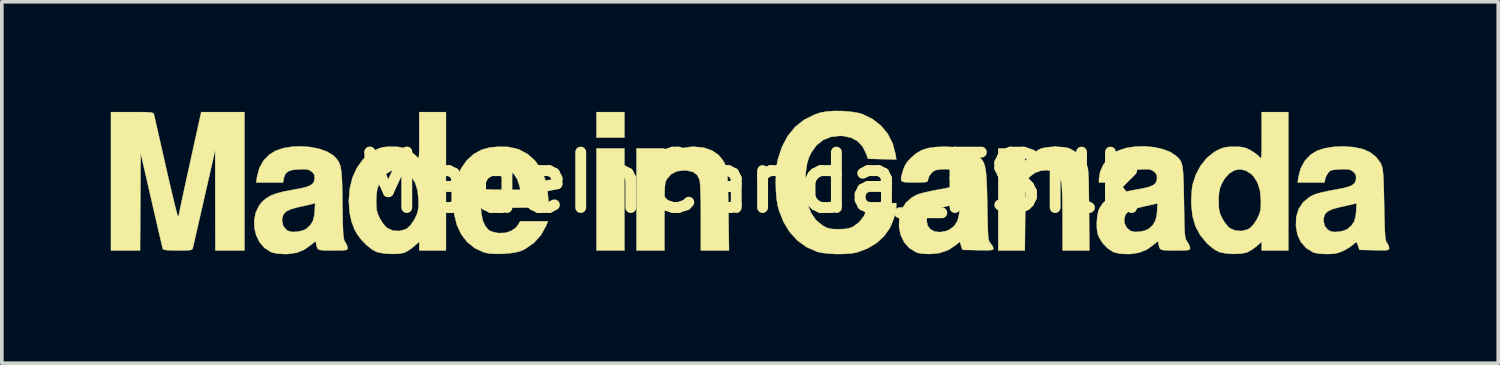
<source format=kicad_pcb>
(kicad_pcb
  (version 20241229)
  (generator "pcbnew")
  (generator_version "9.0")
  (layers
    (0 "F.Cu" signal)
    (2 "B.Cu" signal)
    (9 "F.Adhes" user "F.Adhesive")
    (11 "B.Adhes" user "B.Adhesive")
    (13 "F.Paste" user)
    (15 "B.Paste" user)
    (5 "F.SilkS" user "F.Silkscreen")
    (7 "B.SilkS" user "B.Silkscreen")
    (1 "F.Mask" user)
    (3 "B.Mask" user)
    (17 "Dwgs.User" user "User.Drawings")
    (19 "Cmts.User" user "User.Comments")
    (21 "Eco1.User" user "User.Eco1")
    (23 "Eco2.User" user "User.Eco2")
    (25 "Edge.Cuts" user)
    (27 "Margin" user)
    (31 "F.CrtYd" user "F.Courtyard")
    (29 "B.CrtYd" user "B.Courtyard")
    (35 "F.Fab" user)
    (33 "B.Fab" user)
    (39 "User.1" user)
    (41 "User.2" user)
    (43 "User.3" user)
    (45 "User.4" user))
  (footprint "MadeInCanda_FSilk"
    (layer "F.Cu")
    (at 17.584 1.974)
    (property "Reference" "MadeInCanda_FSilk" (at 0 0 0) (layer "F.SilkS") (effects (font (size 1.524 1.524) (thickness 0.3))))
    (attr through_hole)
    (fp_poly (pts (xy -3.442 -1.237) (xy -4.211 -1.237) (xy -4.211 -1.938) (xy -3.442 -1.938) (xy -3.442 -1.237)) (stroke (width 0.01) (type solid)) (fill yes) (layer "F.SilkS"))
    (fp_poly (pts (xy -3.442 1.872) (xy -4.211 1.872) (xy -4.211 -0.936) (xy -3.442 -0.936) (xy -3.442 1.872)) (stroke (width 0.01) (type solid)) (fill yes) (layer "F.SilkS"))
    (fp_poly (pts (xy -1.255 -0.957) (xy -1.029 -0.88) (xy -0.845 -0.753) (xy -0.707 -0.579) (xy -0.63 -0.405) (xy -0.618 -0.332) (xy -0.607 -0.196) (xy -0.597 -0.001) (xy -0.588 0.248) (xy -0.581 0.549) (xy -0.577 0.794) (xy -0.562 1.872) (xy -1.337 1.872) (xy -1.337 0.961) (xy -1.338 0.687) (xy -1.342 0.441) (xy -1.348 0.233) (xy -1.356 0.07) (xy -1.366 -0.039) (xy -1.373 -0.077) (xy -1.439 -0.206) (xy -1.554 -0.29) (xy -1.72 -0.33) (xy -1.805 -0.334) (xy -1.999 -0.308) (xy -2.154 -0.229) (xy -2.271 -0.095) (xy -2.273 -0.092) (xy -2.292 -0.056) (xy -2.308 -0.015) (xy -2.319 0.04) (xy -2.328 0.117) (xy -2.333 0.224) (xy -2.337 0.37) (xy -2.339 0.562) (xy -2.339 0.808) (xy -2.339 0.944) (xy -2.339 1.872) (xy -3.108 1.872) (xy -3.108 -0.936) (xy -2.339 -0.936) (xy -2.339 -0.622) (xy -2.231 -0.727) (xy -2.049 -0.864) (xy -1.84 -0.948) (xy -1.592 -0.983) (xy -1.521 -0.984) (xy -1.255 -0.957)) (stroke (width 0.01) (type solid)) (fill yes) (layer "F.SilkS"))
    (fp_poly (pts (xy 8.638 -0.972) (xy 8.777 -0.948) (xy 8.802 -0.94) (xy 8.951 -0.862) (xy 9.099 -0.74) (xy 9.223 -0.594) (xy 9.268 -0.52) (xy 9.288 -0.481) (xy 9.304 -0.44) (xy 9.317 -0.389) (xy 9.326 -0.32) (xy 9.334 -0.227) (xy 9.339 -0.103) (xy 9.343 0.062) (xy 9.346 0.274) (xy 9.349 0.54) (xy 9.351 0.744) (xy 9.361 1.872) (xy 8.623 1.872) (xy 8.622 0.994) (xy 8.62 0.751) (xy 8.617 0.523) (xy 8.612 0.322) (xy 8.605 0.156) (xy 8.597 0.039) (xy 8.59 -0.017) (xy 8.532 -0.151) (xy 8.457 -0.242) (xy 8.33 -0.314) (xy 8.176 -0.34) (xy 8.013 -0.321) (xy 7.858 -0.262) (xy 7.728 -0.167) (xy 7.667 -0.089) (xy 7.648 -0.052) (xy 7.633 -0.008) (xy 7.621 0.053) (xy 7.613 0.137) (xy 7.606 0.255) (xy 7.601 0.413) (xy 7.597 0.62) (xy 7.594 0.884) (xy 7.593 0.944) (xy 7.583 1.872) (xy 6.851 1.872) (xy 6.851 -0.936) (xy 7.587 -0.936) (xy 7.587 -0.593) (xy 7.739 -0.734) (xy 7.844 -0.82) (xy 7.953 -0.895) (xy 8.015 -0.928) (xy 8.133 -0.96) (xy 8.292 -0.978) (xy 8.468 -0.983) (xy 8.638 -0.972)) (stroke (width 0.01) (type solid)) (fill yes) (layer "F.SilkS"))
    (fp_poly (pts (xy -16.785 -1.938) (xy -16.631 -1.936) (xy -16.525 -1.931) (xy -16.458 -1.922) (xy -16.42 -1.909) (xy -16.402 -1.891) (xy -16.398 -1.88) (xy -16.387 -1.836) (xy -16.363 -1.733) (xy -16.328 -1.58) (xy -16.283 -1.383) (xy -16.23 -1.149) (xy -16.17 -0.885) (xy -16.105 -0.598) (xy -16.07 -0.443) (xy -16.003 -0.15) (xy -15.94 0.122) (xy -15.882 0.365) (xy -15.832 0.574) (xy -15.79 0.742) (xy -15.758 0.861) (xy -15.738 0.926) (xy -15.733 0.936) (xy -15.71 0.909) (xy -15.709 0.894) (xy -15.702 0.853) (xy -15.682 0.755) (xy -15.65 0.604) (xy -15.609 0.41) (xy -15.559 0.178) (xy -15.502 -0.085) (xy -15.439 -0.371) (xy -15.401 -0.543) (xy -15.094 -1.938) (xy -13.903 -1.938) (xy -13.903 1.872) (xy -14.705 1.872) (xy -14.708 0.493) (xy -14.71 -0.886) (xy -15.008 0.418) (xy -15.073 0.706) (xy -15.135 0.975) (xy -15.191 1.219) (xy -15.239 1.43) (xy -15.278 1.6) (xy -15.306 1.722) (xy -15.321 1.788) (xy -15.323 1.796) (xy -15.334 1.828) (xy -15.356 1.85) (xy -15.4 1.862) (xy -15.479 1.869) (xy -15.604 1.871) (xy -15.738 1.872) (xy -15.924 1.869) (xy -16.051 1.862) (xy -16.124 1.848) (xy -16.15 1.83) (xy -16.161 1.789) (xy -16.185 1.69) (xy -16.22 1.541) (xy -16.265 1.348) (xy -16.318 1.118) (xy -16.378 0.86) (xy -16.443 0.579) (xy -16.463 0.49) (xy -16.761 -0.808) (xy -16.769 0.532) (xy -16.778 1.872) (xy -17.579 1.872) (xy -17.579 -1.938) (xy -16.997 -1.938) (xy -16.785 -1.938)) (stroke (width 0.01) (type solid)) (fill yes) (layer "F.SilkS"))
    (fp_poly (pts (xy -6.67 -0.978) (xy -6.443 -0.939) (xy -6.343 -0.907) (xy -6.101 -0.777) (xy -5.899 -0.596) (xy -5.74 -0.367) (xy -5.626 -0.094) (xy -5.558 0.222) (xy -5.541 0.434) (xy -5.531 0.685) (xy -6.463 0.694) (xy -7.394 0.703) (xy -7.379 0.861) (xy -7.344 1.038) (xy -7.278 1.19) (xy -7.19 1.3) (xy -7.163 1.321) (xy -7.081 1.356) (xy -6.965 1.385) (xy -6.901 1.394) (xy -6.721 1.387) (xy -6.557 1.333) (xy -6.426 1.24) (xy -6.372 1.17) (xy -6.313 1.069) (xy -5.547 1.069) (xy -5.599 1.195) (xy -5.739 1.448) (xy -5.931 1.66) (xy -6.17 1.827) (xy -6.268 1.875) (xy -6.401 1.916) (xy -6.578 1.946) (xy -6.779 1.963) (xy -6.981 1.966) (xy -7.164 1.954) (xy -7.305 1.927) (xy -7.308 1.925) (xy -7.557 1.811) (xy -7.765 1.646) (xy -7.931 1.433) (xy -8.053 1.175) (xy -8.128 0.876) (xy -8.154 0.539) (xy -8.154 0.522) (xy -8.129 0.189) (xy -8.125 0.173) (xy -7.386 0.173) (xy -7.354 0.182) (xy -7.267 0.19) (xy -7.135 0.196) (xy -6.97 0.2) (xy -6.847 0.201) (xy -6.308 0.201) (xy -6.33 0.093) (xy -6.392 -0.091) (xy -6.494 -0.246) (xy -6.587 -0.329) (xy -6.669 -0.375) (xy -6.753 -0.395) (xy -6.869 -0.395) (xy -6.893 -0.394) (xy -7.02 -0.378) (xy -7.108 -0.345) (xy -7.185 -0.285) (xy -7.186 -0.283) (xy -7.25 -0.198) (xy -7.313 -0.077) (xy -7.362 0.052) (xy -7.386 0.16) (xy -7.386 0.173) (xy -8.125 0.173) (xy -8.057 -0.114) (xy -7.941 -0.381) (xy -7.785 -0.605) (xy -7.591 -0.782) (xy -7.367 -0.904) (xy -7.158 -0.961) (xy -6.917 -0.985) (xy -6.67 -0.978)) (stroke (width 0.01) (type solid)) (fill yes) (layer "F.SilkS"))
    (fp_poly (pts (xy 2.566 -1.967) (xy 2.793 -1.948) (xy 2.995 -1.915) (xy 3.114 -1.881) (xy 3.391 -1.746) (xy 3.625 -1.562) (xy 3.811 -1.336) (xy 3.946 -1.071) (xy 4.023 -0.776) (xy 4.045 -0.633) (xy 3.265 -0.652) (xy 3.22 -0.782) (xy 3.12 -0.986) (xy 2.979 -1.137) (xy 2.797 -1.235) (xy 2.575 -1.28) (xy 2.49 -1.284) (xy 2.243 -1.255) (xy 2.029 -1.169) (xy 1.849 -1.026) (xy 1.705 -0.826) (xy 1.632 -0.671) (xy 1.584 -0.501) (xy 1.553 -0.286) (xy 1.538 -0.049) (xy 1.541 0.192) (xy 1.562 0.414) (xy 1.6 0.595) (xy 1.7 0.842) (xy 1.834 1.035) (xy 2.006 1.179) (xy 2.029 1.193) (xy 2.121 1.242) (xy 2.207 1.27) (xy 2.309 1.283) (xy 2.453 1.286) (xy 2.456 1.286) (xy 2.614 1.281) (xy 2.73 1.264) (xy 2.827 1.23) (xy 2.866 1.21) (xy 3.023 1.092) (xy 3.151 0.928) (xy 3.233 0.738) (xy 3.238 0.719) (xy 3.276 0.568) (xy 4.044 0.568) (xy 4.044 0.66) (xy 4.026 0.803) (xy 3.98 0.977) (xy 3.913 1.155) (xy 3.858 1.268) (xy 3.705 1.482) (xy 3.499 1.668) (xy 3.251 1.817) (xy 2.971 1.923) (xy 2.958 1.926) (xy 2.802 1.954) (xy 2.604 1.968) (xy 2.388 1.97) (xy 2.174 1.958) (xy 1.986 1.935) (xy 1.864 1.907) (xy 1.577 1.781) (xy 1.326 1.601) (xy 1.112 1.369) (xy 0.941 1.091) (xy 0.814 0.77) (xy 0.782 0.648) (xy 0.75 0.462) (xy 0.731 0.236) (xy 0.725 -0.01) (xy 0.732 -0.253) (xy 0.752 -0.472) (xy 0.782 -0.635) (xy 0.898 -0.984) (xy 1.056 -1.28) (xy 1.255 -1.525) (xy 1.498 -1.72) (xy 1.785 -1.865) (xy 1.952 -1.922) (xy 2.122 -1.954) (xy 2.334 -1.969) (xy 2.566 -1.967)) (stroke (width 0.01) (type solid)) (fill yes) (layer "F.SilkS"))
    (fp_poly (pts (xy -8.355 1.872) (xy -9.091 1.872) (xy -9.091 1.632) (xy -9.245 1.768) (xy -9.351 1.849) (xy -9.459 1.913) (xy -9.521 1.938) (xy -9.667 1.962) (xy -9.849 1.968) (xy -10.036 1.957) (xy -10.2 1.931) (xy -10.26 1.914) (xy -10.394 1.842) (xy -10.54 1.726) (xy -10.681 1.581) (xy -10.8 1.424) (xy -10.869 1.303) (xy -10.958 1.068) (xy -11.01 0.818) (xy -11.029 0.53) (xy -11.029 0.506) (xy -10.274 0.506) (xy -10.271 0.658) (xy -10.26 0.767) (xy -10.234 0.86) (xy -10.189 0.961) (xy -10.175 0.99) (xy -10.095 1.121) (xy -10.006 1.225) (xy -9.962 1.261) (xy -9.812 1.325) (xy -9.644 1.336) (xy -9.482 1.295) (xy -9.421 1.262) (xy -9.327 1.172) (xy -9.235 1.037) (xy -9.207 0.986) (xy -9.156 0.876) (xy -9.127 0.781) (xy -9.113 0.677) (xy -9.11 0.536) (xy -9.11 0.501) (xy -9.135 0.227) (xy -9.206 0.002) (xy -9.322 -0.177) (xy -9.378 -0.233) (xy -9.53 -0.329) (xy -9.686 -0.363) (xy -9.84 -0.335) (xy -9.984 -0.248) (xy -10.111 -0.106) (xy -10.198 0.05) (xy -10.24 0.162) (xy -10.263 0.282) (xy -10.273 0.434) (xy -10.274 0.506) (xy -11.029 0.506) (xy -11.029 0.49) (xy -11.003 0.163) (xy -10.928 -0.137) (xy -10.807 -0.404) (xy -10.643 -0.63) (xy -10.441 -0.809) (xy -10.298 -0.893) (xy -10.184 -0.943) (xy -10.08 -0.971) (xy -9.957 -0.983) (xy -9.842 -0.985) (xy -9.695 -0.981) (xy -9.589 -0.967) (xy -9.496 -0.936) (xy -9.397 -0.886) (xy -9.288 -0.819) (xy -9.196 -0.749) (xy -9.154 -0.707) (xy -9.132 -0.681) (xy -9.116 -0.671) (xy -9.105 -0.686) (xy -9.098 -0.731) (xy -9.093 -0.816) (xy -9.091 -0.948) (xy -9.091 -1.135) (xy -9.091 -1.282) (xy -9.091 -1.938) (xy -8.355 -1.938) (xy -8.355 1.872)) (stroke (width 0.01) (type solid)) (fill yes) (layer "F.SilkS"))
    (fp_poly (pts (xy 14.839 1.872) (xy 14.104 1.872) (xy 14.104 1.632) (xy 13.955 1.763) (xy 13.848 1.843) (xy 13.735 1.909) (xy 13.676 1.933) (xy 13.523 1.96) (xy 13.336 1.968) (xy 13.145 1.957) (xy 12.978 1.927) (xy 12.934 1.914) (xy 12.802 1.844) (xy 12.656 1.729) (xy 12.598 1.674) (xy 12.413 1.451) (xy 12.281 1.206) (xy 12.201 0.929) (xy 12.167 0.612) (xy 12.166 0.528) (xy 12.166 0.506) (xy 12.92 0.506) (xy 12.923 0.658) (xy 12.934 0.767) (xy 12.96 0.86) (xy 13.005 0.961) (xy 13.019 0.99) (xy 13.1 1.121) (xy 13.188 1.225) (xy 13.232 1.261) (xy 13.382 1.325) (xy 13.55 1.336) (xy 13.712 1.295) (xy 13.773 1.262) (xy 13.867 1.173) (xy 13.959 1.039) (xy 13.986 0.988) (xy 14.036 0.878) (xy 14.066 0.783) (xy 14.08 0.677) (xy 14.083 0.534) (xy 14.083 0.504) (xy 14.06 0.231) (xy 13.992 0.007) (xy 13.878 -0.171) (xy 13.816 -0.233) (xy 13.664 -0.329) (xy 13.508 -0.363) (xy 13.355 -0.335) (xy 13.211 -0.248) (xy 13.083 -0.106) (xy 12.996 0.05) (xy 12.955 0.162) (xy 12.931 0.282) (xy 12.921 0.434) (xy 12.92 0.506) (xy 12.166 0.506) (xy 12.17 0.368) (xy 12.182 0.208) (xy 12.2 0.078) (xy 12.203 0.06) (xy 12.29 -0.213) (xy 12.423 -0.461) (xy 12.595 -0.674) (xy 12.798 -0.838) (xy 12.894 -0.892) (xy 13.008 -0.943) (xy 13.111 -0.971) (xy 13.232 -0.983) (xy 13.352 -0.985) (xy 13.499 -0.981) (xy 13.607 -0.966) (xy 13.7 -0.935) (xy 13.798 -0.886) (xy 13.906 -0.819) (xy 13.998 -0.749) (xy 14.04 -0.707) (xy 14.062 -0.681) (xy 14.078 -0.671) (xy 14.089 -0.686) (xy 14.097 -0.731) (xy 14.101 -0.816) (xy 14.103 -0.948) (xy 14.104 -1.135) (xy 14.104 -1.282) (xy 14.104 -1.938) (xy 14.839 -1.938) (xy 14.839 1.872)) (stroke (width 0.01) (type solid)) (fill yes) (layer "F.SilkS"))
    (fp_poly (pts (xy 5.397 -0.985) (xy 5.677 -0.972) (xy 5.905 -0.935) (xy 6.091 -0.87) (xy 6.247 -0.774) (xy 6.278 -0.748) (xy 6.345 -0.688) (xy 6.399 -0.629) (xy 6.442 -0.562) (xy 6.475 -0.481) (xy 6.5 -0.378) (xy 6.517 -0.243) (xy 6.53 -0.071) (xy 6.539 0.148) (xy 6.546 0.421) (xy 6.55 0.624) (xy 6.555 0.905) (xy 6.56 1.127) (xy 6.565 1.297) (xy 6.571 1.424) (xy 6.578 1.515) (xy 6.588 1.578) (xy 6.601 1.621) (xy 6.618 1.65) (xy 6.639 1.676) (xy 6.642 1.679) (xy 6.695 1.752) (xy 6.718 1.815) (xy 6.718 1.816) (xy 6.712 1.84) (xy 6.687 1.855) (xy 6.633 1.864) (xy 6.539 1.867) (xy 6.394 1.866) (xy 6.292 1.864) (xy 5.865 1.855) (xy 5.829 1.744) (xy 5.793 1.632) (xy 5.691 1.718) (xy 5.476 1.86) (xy 5.237 1.943) (xy 4.966 1.97) (xy 4.963 1.97) (xy 4.821 1.964) (xy 4.693 1.949) (xy 4.604 1.929) (xy 4.595 1.925) (xy 4.404 1.807) (xy 4.258 1.642) (xy 4.161 1.437) (xy 4.119 1.218) (xy 4.124 1.055) (xy 4.881 1.055) (xy 4.907 1.189) (xy 4.984 1.289) (xy 5.099 1.35) (xy 5.242 1.368) (xy 5.405 1.34) (xy 5.502 1.301) (xy 5.64 1.199) (xy 5.732 1.05) (xy 5.777 0.857) (xy 5.782 0.763) (xy 5.782 0.578) (xy 5.456 0.65) (xy 5.245 0.702) (xy 5.091 0.751) (xy 4.986 0.806) (xy 4.922 0.871) (xy 4.89 0.953) (xy 4.881 1.055) (xy 4.124 1.055) (xy 4.126 0.964) (xy 4.191 0.742) (xy 4.31 0.555) (xy 4.483 0.407) (xy 4.612 0.338) (xy 4.705 0.306) (xy 4.844 0.27) (xy 5.011 0.233) (xy 5.18 0.201) (xy 5.394 0.162) (xy 5.551 0.123) (xy 5.658 0.079) (xy 5.726 0.027) (xy 5.762 -0.038) (xy 5.775 -0.108) (xy 5.761 -0.224) (xy 5.693 -0.305) (xy 5.569 -0.353) (xy 5.395 -0.368) (xy 5.267 -0.361) (xy 5.155 -0.345) (xy 5.096 -0.328) (xy 5.011 -0.261) (xy 4.943 -0.161) (xy 4.913 -0.058) (xy 4.913 -0.052) (xy 4.903 -0.029) (xy 4.868 -0.014) (xy 4.795 -0.005) (xy 4.675 -0.001) (xy 4.545 0) (xy 4.373 -0.001) (xy 4.259 -0.01) (xy 4.196 -0.035) (xy 4.174 -0.086) (xy 4.185 -0.172) (xy 4.221 -0.302) (xy 4.231 -0.337) (xy 4.282 -0.467) (xy 4.36 -0.584) (xy 4.457 -0.686) (xy 4.598 -0.806) (xy 4.746 -0.891) (xy 4.917 -0.946) (xy 5.124 -0.976) (xy 5.381 -0.985) (xy 5.397 -0.985)) (stroke (width 0.01) (type solid)) (fill yes) (layer "F.SilkS"))
    (fp_poly (pts (xy 16.636 -0.973) (xy 16.881 -0.922) (xy 16.909 -0.913) (xy 17.098 -0.825) (xy 17.26 -0.695) (xy 17.376 -0.54) (xy 17.398 -0.494) (xy 17.416 -0.444) (xy 17.431 -0.382) (xy 17.442 -0.301) (xy 17.452 -0.192) (xy 17.46 -0.047) (xy 17.466 0.142) (xy 17.472 0.383) (xy 17.477 0.623) (xy 17.483 0.908) (xy 17.489 1.133) (xy 17.495 1.306) (xy 17.502 1.435) (xy 17.51 1.527) (xy 17.521 1.59) (xy 17.534 1.631) (xy 17.551 1.658) (xy 17.554 1.662) (xy 17.6 1.74) (xy 17.613 1.8) (xy 17.61 1.831) (xy 17.596 1.851) (xy 17.558 1.863) (xy 17.486 1.868) (xy 17.369 1.868) (xy 17.204 1.864) (xy 16.796 1.855) (xy 16.763 1.755) (xy 16.733 1.671) (xy 16.706 1.644) (xy 16.664 1.671) (xy 16.618 1.713) (xy 16.536 1.776) (xy 16.422 1.846) (xy 16.343 1.886) (xy 16.225 1.933) (xy 16.112 1.959) (xy 15.975 1.969) (xy 15.892 1.97) (xy 15.75 1.964) (xy 15.622 1.949) (xy 15.533 1.929) (xy 15.524 1.925) (xy 15.332 1.807) (xy 15.186 1.643) (xy 15.09 1.436) (xy 15.047 1.199) (xy 15.053 1.045) (xy 15.808 1.045) (xy 15.836 1.19) (xy 15.92 1.297) (xy 16.009 1.348) (xy 16.103 1.363) (xy 16.229 1.356) (xy 16.356 1.33) (xy 16.455 1.29) (xy 16.469 1.281) (xy 16.585 1.177) (xy 16.657 1.061) (xy 16.694 0.914) (xy 16.705 0.803) (xy 16.718 0.572) (xy 16.606 0.6) (xy 16.517 0.621) (xy 16.39 0.65) (xy 16.249 0.681) (xy 16.237 0.684) (xy 16.052 0.734) (xy 15.924 0.795) (xy 15.847 0.874) (xy 15.812 0.979) (xy 15.808 1.045) (xy 15.053 1.045) (xy 15.057 0.947) (xy 15.124 0.728) (xy 15.246 0.545) (xy 15.422 0.4) (xy 15.541 0.338) (xy 15.633 0.306) (xy 15.773 0.27) (xy 15.94 0.233) (xy 16.109 0.201) (xy 16.323 0.162) (xy 16.48 0.123) (xy 16.587 0.079) (xy 16.655 0.027) (xy 16.691 -0.038) (xy 16.704 -0.108) (xy 16.699 -0.202) (xy 16.655 -0.27) (xy 16.62 -0.3) (xy 16.564 -0.338) (xy 16.502 -0.359) (xy 16.414 -0.366) (xy 16.282 -0.363) (xy 16.264 -0.362) (xy 16.128 -0.353) (xy 16.04 -0.339) (xy 15.984 -0.315) (xy 15.941 -0.275) (xy 15.936 -0.269) (xy 15.881 -0.177) (xy 15.852 -0.094) (xy 15.833 0) (xy 15.097 0) (xy 15.118 -0.153) (xy 15.18 -0.391) (xy 15.294 -0.598) (xy 15.451 -0.764) (xy 15.624 -0.871) (xy 15.839 -0.941) (xy 16.093 -0.982) (xy 16.366 -0.993) (xy 16.636 -0.973)) (stroke (width 0.01) (type solid)) (fill yes) (layer "F.SilkS"))
    (fp_poly (pts (xy -12.078 -0.974) (xy -11.839 -0.925) (xy -11.63 -0.849) (xy -11.463 -0.748) (xy -11.407 -0.696) (xy -11.355 -0.637) (xy -11.313 -0.576) (xy -11.28 -0.507) (xy -11.255 -0.421) (xy -11.237 -0.31) (xy -11.224 -0.165) (xy -11.215 0.021) (xy -11.209 0.256) (xy -11.205 0.548) (xy -11.204 0.602) (xy -11.2 0.881) (xy -11.196 1.102) (xy -11.191 1.271) (xy -11.185 1.398) (xy -11.177 1.489) (xy -11.167 1.553) (xy -11.153 1.598) (xy -11.136 1.631) (xy -11.127 1.645) (xy -11.081 1.728) (xy -11.062 1.803) (xy -11.062 1.803) (xy -11.066 1.832) (xy -11.084 1.851) (xy -11.129 1.863) (xy -11.21 1.869) (xy -11.339 1.871) (xy -11.462 1.872) (xy -11.633 1.871) (xy -11.75 1.867) (xy -11.823 1.858) (xy -11.866 1.842) (xy -11.89 1.818) (xy -11.897 1.807) (xy -11.926 1.718) (xy -11.931 1.67) (xy -11.935 1.63) (xy -11.955 1.626) (xy -12.004 1.662) (xy -12.054 1.705) (xy -12.252 1.848) (xy -12.464 1.934) (xy -12.706 1.969) (xy -12.784 1.971) (xy -12.979 1.961) (xy -13.125 1.932) (xy -13.186 1.909) (xy -13.357 1.797) (xy -13.489 1.641) (xy -13.581 1.454) (xy -13.63 1.248) (xy -13.634 1.045) (xy -12.867 1.045) (xy -12.839 1.19) (xy -12.756 1.297) (xy -12.667 1.348) (xy -12.572 1.363) (xy -12.447 1.356) (xy -12.319 1.33) (xy -12.22 1.29) (xy -12.207 1.281) (xy -12.091 1.177) (xy -12.019 1.061) (xy -11.981 0.914) (xy -11.97 0.803) (xy -11.957 0.572) (xy -12.07 0.6) (xy -12.158 0.621) (xy -12.286 0.65) (xy -12.426 0.681) (xy -12.438 0.684) (xy -12.624 0.734) (xy -12.751 0.795) (xy -12.828 0.874) (xy -12.863 0.979) (xy -12.867 1.045) (xy -13.634 1.045) (xy -13.634 1.035) (xy -13.592 0.828) (xy -13.501 0.639) (xy -13.412 0.528) (xy -13.309 0.439) (xy -13.188 0.366) (xy -13.036 0.306) (xy -12.841 0.254) (xy -12.593 0.206) (xy -12.565 0.201) (xy -12.351 0.162) (xy -12.195 0.122) (xy -12.087 0.079) (xy -12.02 0.027) (xy -11.984 -0.039) (xy -11.971 -0.108) (xy -11.976 -0.202) (xy -12.02 -0.27) (xy -12.055 -0.3) (xy -12.112 -0.338) (xy -12.176 -0.359) (xy -12.265 -0.366) (xy -12.401 -0.362) (xy -12.404 -0.362) (xy -12.577 -0.345) (xy -12.695 -0.309) (xy -12.769 -0.246) (xy -12.812 -0.15) (xy -12.82 -0.112) (xy -12.841 0) (xy -13.578 0) (xy -13.557 -0.153) (xy -13.494 -0.394) (xy -13.379 -0.602) (xy -13.217 -0.769) (xy -13.044 -0.874) (xy -12.828 -0.947) (xy -12.586 -0.986) (xy -12.332 -0.995) (xy -12.078 -0.974)) (stroke (width 0.01) (type solid)) (fill yes) (layer "F.SilkS"))
    (fp_poly (pts (xy 11.148 -0.97) (xy 11.391 -0.915) (xy 11.601 -0.831) (xy 11.759 -0.723) (xy 11.81 -0.674) (xy 11.852 -0.627) (xy 11.884 -0.572) (xy 11.908 -0.502) (xy 11.927 -0.41) (xy 11.94 -0.287) (xy 11.949 -0.126) (xy 11.956 0.081) (xy 11.961 0.342) (xy 11.965 0.54) (xy 11.97 0.824) (xy 11.974 1.049) (xy 11.979 1.223) (xy 11.985 1.353) (xy 11.993 1.448) (xy 12.003 1.515) (xy 12.016 1.562) (xy 12.032 1.598) (xy 12.053 1.629) (xy 12.057 1.634) (xy 12.107 1.719) (xy 12.131 1.795) (xy 12.132 1.803) (xy 12.128 1.832) (xy 12.11 1.851) (xy 12.065 1.863) (xy 11.984 1.869) (xy 11.855 1.871) (xy 11.732 1.872) (xy 11.561 1.871) (xy 11.445 1.867) (xy 11.371 1.858) (xy 11.328 1.842) (xy 11.304 1.818) (xy 11.297 1.807) (xy 11.268 1.718) (xy 11.263 1.67) (xy 11.259 1.63) (xy 11.239 1.626) (xy 11.19 1.662) (xy 11.14 1.705) (xy 10.942 1.848) (xy 10.73 1.934) (xy 10.488 1.969) (xy 10.411 1.971) (xy 10.216 1.961) (xy 10.069 1.932) (xy 10.008 1.909) (xy 9.861 1.812) (xy 9.727 1.672) (xy 9.627 1.511) (xy 9.591 1.419) (xy 9.568 1.279) (xy 9.564 1.111) (xy 9.573 0.998) (xy 10.319 0.998) (xy 10.328 1.123) (xy 10.383 1.238) (xy 10.481 1.325) (xy 10.511 1.34) (xy 10.614 1.361) (xy 10.747 1.356) (xy 10.88 1.329) (xy 10.981 1.285) (xy 10.988 1.281) (xy 11.104 1.176) (xy 11.176 1.059) (xy 11.214 0.911) (xy 11.224 0.805) (xy 11.237 0.577) (xy 10.883 0.654) (xy 10.729 0.692) (xy 10.591 0.731) (xy 10.488 0.767) (xy 10.446 0.787) (xy 10.358 0.88) (xy 10.319 0.998) (xy 9.573 0.998) (xy 9.577 0.941) (xy 9.605 0.794) (xy 9.634 0.718) (xy 9.727 0.576) (xy 9.851 0.46) (xy 10.013 0.367) (xy 10.222 0.29) (xy 10.486 0.227) (xy 10.628 0.201) (xy 10.842 0.162) (xy 10.999 0.123) (xy 11.106 0.08) (xy 11.174 0.028) (xy 11.21 -0.038) (xy 11.223 -0.108) (xy 11.218 -0.202) (xy 11.174 -0.27) (xy 11.139 -0.3) (xy 11.082 -0.338) (xy 11.018 -0.359) (xy 10.929 -0.366) (xy 10.793 -0.362) (xy 10.79 -0.362) (xy 10.618 -0.345) (xy 10.5 -0.309) (xy 10.425 -0.246) (xy 10.383 -0.15) (xy 10.374 -0.112) (xy 10.353 0) (xy 9.625 0) (xy 9.625 -0.099) (xy 9.655 -0.285) (xy 9.737 -0.475) (xy 9.86 -0.65) (xy 10.011 -0.793) (xy 10.148 -0.875) (xy 10.373 -0.949) (xy 10.625 -0.988) (xy 10.888 -0.995) (xy 11.148 -0.97)) (stroke (width 0.01) (type solid)) (fill yes) (layer "F.SilkS")))
  (gr_rect
    (start -3 -3)
    (end 38.202 6.95)
    (stroke (width 0.1) (type default))
    (fill no)
    (layer "Edge.Cuts")))
</source>
